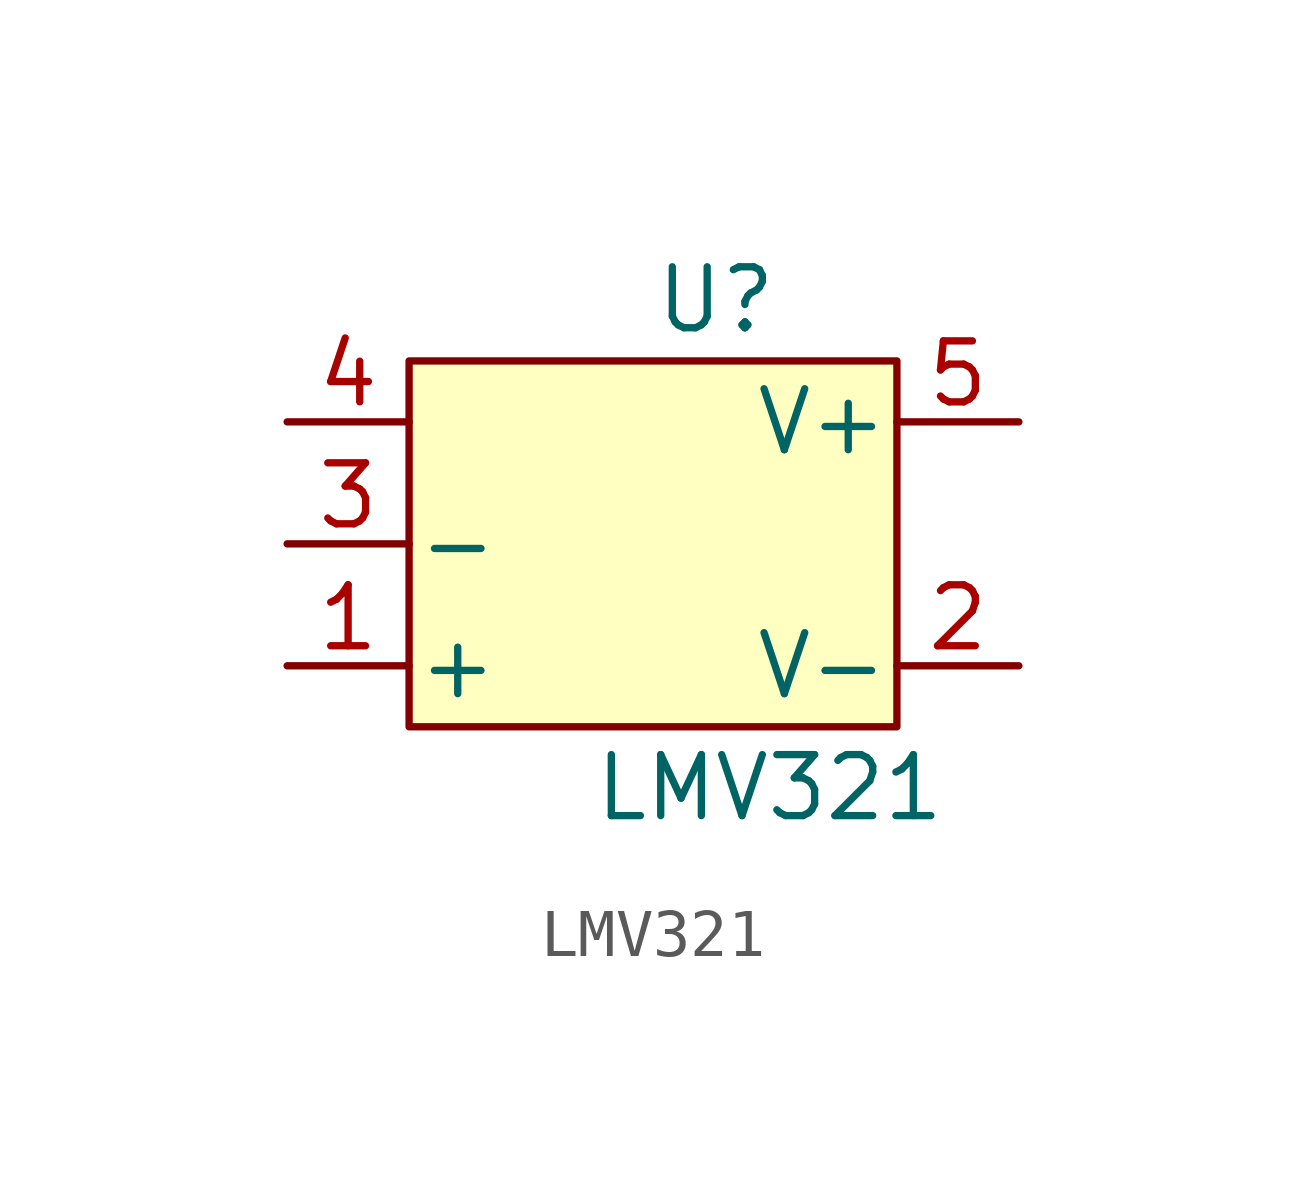
<source format=kicad_sym>
(kicad_symbol_lib
  (version 20220914)
  (generator kicad_symbol_editor)
  (symbol "LMV321"
    (pin_names
      (offset 0.127))
    (property "Reference" "U"
      (at 0 5.08 0)
      (effects (font (size 1.27 1.27)) (justify left)))
    (property "Value" "LMV321"
      (at -1.27 -5.08 0)
      (effects (font (size 1.27 1.27)) (justify left)))
    (symbol "LMV321_0_1"
      (rectangle (start -5.08 3.81) (end 5.08 -3.81) (stroke (width 0) (type solid)) (fill (type background)))
      (pin power_in line (at 7.62 -2.54 180) (length 2.54) (name "V-" (effects (font (size 1.27 1.27)))) (number "2" (effects (font (size 1.27 1.27)))))
      (pin power_in line (at 7.62 2.54 180) (length 2.54) (name "V+" (effects (font (size 1.27 1.27)))) (number "5" (effects (font (size 1.27 1.27))))))
    (symbol "LMV321_1_1"
      (pin input line (at -7.62 -2.54 0) (length 2.54) (name "+" (effects (font (size 1.27 1.27)))) (number "1" (effects (font (size 1.27 1.27)))))
      (pin input line (at -7.62 0 0) (length 2.54) (name "-" (effects (font (size 1.27 1.27)))) (number "3" (effects (font (size 1.27 1.27)))))
      (pin output line (at -7.62 2.54 0) (length 2.54) (name "~" (effects (font (size 1.27 1.27)))) (number "4" (effects (font (size 1.27 1.27))))))))
</source>
